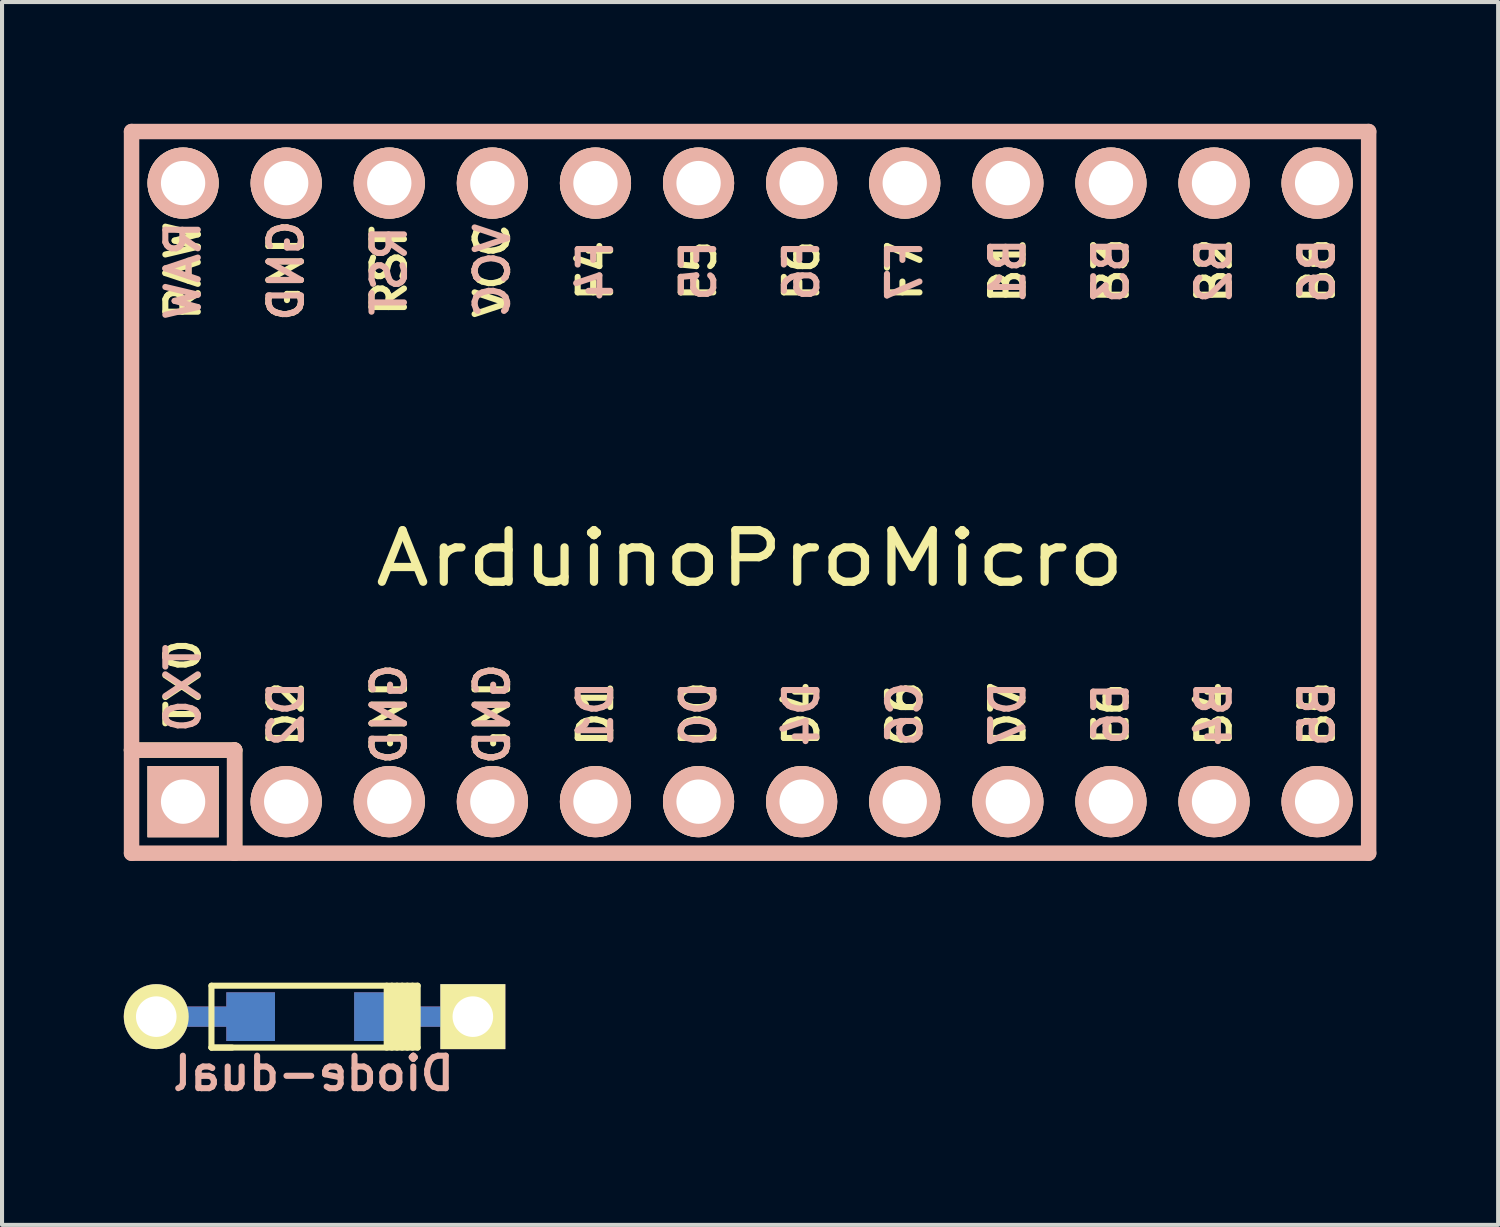
<source format=kicad_pcb>
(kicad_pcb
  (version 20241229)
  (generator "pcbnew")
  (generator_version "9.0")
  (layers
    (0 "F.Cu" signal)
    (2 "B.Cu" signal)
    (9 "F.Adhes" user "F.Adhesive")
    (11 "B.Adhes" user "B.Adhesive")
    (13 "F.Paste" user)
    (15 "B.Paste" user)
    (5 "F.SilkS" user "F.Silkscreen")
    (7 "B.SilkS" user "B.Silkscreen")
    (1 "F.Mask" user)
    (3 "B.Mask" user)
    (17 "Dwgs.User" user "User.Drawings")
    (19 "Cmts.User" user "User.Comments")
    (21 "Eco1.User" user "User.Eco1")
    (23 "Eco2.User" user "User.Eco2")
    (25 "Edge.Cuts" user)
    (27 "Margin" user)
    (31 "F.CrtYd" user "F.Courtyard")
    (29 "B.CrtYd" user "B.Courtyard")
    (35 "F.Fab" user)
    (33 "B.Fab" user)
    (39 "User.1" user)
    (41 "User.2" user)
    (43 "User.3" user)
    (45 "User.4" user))
  (footprint "ArduinoProMicro"
    (layer "F.Cu")
    (at 15.431 9.081)
    (property "Reference" "ArduinoProMicro" (at 0 1.625 0) (layer "F.SilkS") (effects (font (size 1.27 1.524) (thickness 0.203))))
    (attr through_hole)
    (fp_line (start -15.24 6.35) (end -12.7 6.35) (stroke (width 0.381) (type solid)) (layer "F.SilkS"))
    (fp_line (start -12.7 6.35) (end -12.7 8.89) (stroke (width 0.381) (type solid)) (layer "F.SilkS"))
    (fp_line (start -15.24 -8.89) (end -15.24 8.89) (stroke (width 0.381) (type solid)) (layer "B.SilkS"))
    (fp_line (start -15.24 6.35) (end -12.7 6.35) (stroke (width 0.381) (type solid)) (layer "B.SilkS"))
    (fp_line (start -15.24 8.89) (end 15.24 8.89) (stroke (width 0.381) (type solid)) (layer "B.SilkS"))
    (fp_line (start -12.7 6.35) (end -12.7 8.89) (stroke (width 0.381) (type solid)) (layer "B.SilkS"))
    (fp_line (start 15.24 -8.89) (end -15.24 -8.89) (stroke (width 0.381) (type solid)) (layer "B.SilkS"))
    (fp_line (start 15.24 8.89) (end 15.24 -8.89) (stroke (width 0.381) (type solid)) (layer "B.SilkS"))
    (fp_text user "B1" (at 6.35 -5.461 90) (layer "F.SilkS") (effects (font (size 0.8 0.8) (thickness 0.15))))
    (fp_text user "D7" (at 6.35 5.461 90) (layer "F.SilkS") (effects (font (size 0.8 0.8) (thickness 0.15))))
    (fp_text user "RAW" (at -13.97 -5.461 90) (layer "F.SilkS") (effects (font (size 0.8 0.8) (thickness 0.15))))
    (fp_text user "B2" (at 11.43 -5.461 90) (layer "F.SilkS") (effects (font (size 0.8 0.8) (thickness 0.15))))
    (fp_text user "F6" (at 1.27 -5.461 90) (layer "F.SilkS") (effects (font (size 0.8 0.8) (thickness 0.15))))
    (fp_text user "B6" (at 13.97 -5.461 90) (layer "F.SilkS") (effects (font (size 0.8 0.8) (thickness 0.15))))
    (fp_text user "F4" (at -3.81 -5.461 90) (layer "F.SilkS") (effects (font (size 0.8 0.8) (thickness 0.15))))
    (fp_text user "D1" (at -3.81 5.461 90) (layer "F.SilkS") (effects (font (size 0.8 0.8) (thickness 0.15))))
    (fp_text user "B5" (at 13.97 5.461 90) (layer "F.SilkS") (effects (font (size 0.8 0.8) (thickness 0.15))))
    (fp_text user "VCC" (at -6.35 -5.461 90) (layer "F.SilkS") (effects (font (size 0.8 0.8) (thickness 0.15))))
    (fp_text user "B3" (at 8.89 -5.461 90) (layer "F.SilkS") (effects (font (size 0.8 0.8) (thickness 0.15))))
    (fp_text user "GND" (at -11.43 -5.461 90) (layer "F.SilkS") (effects (font (size 0.8 0.8) (thickness 0.15))))
    (fp_text user "GND" (at -6.35 5.461 90) (layer "F.SilkS") (effects (font (size 0.8 0.8) (thickness 0.15))))
    (fp_text user "RST" (at -8.89 -5.461 90) (layer "F.SilkS") (effects (font (size 0.8 0.8) (thickness 0.15))))
    (fp_text user "TX0" (at -13.97 4.699 90) (layer "F.SilkS") (effects (font (size 0.8 0.8) (thickness 0.15))))
    (fp_text user "C6" (at 3.81 5.461 90) (layer "F.SilkS") (effects (font (size 0.8 0.8) (thickness 0.15))))
    (fp_text user "D2" (at -11.43 5.461 90) (layer "F.SilkS") (effects (font (size 0.8 0.8) (thickness 0.15))))
    (fp_text user "F5" (at -1.27 -5.461 90) (layer "F.SilkS") (effects (font (size 0.8 0.8) (thickness 0.15))))
    (fp_text user "D4" (at 1.27 5.461 90) (layer "F.SilkS") (effects (font (size 0.8 0.8) (thickness 0.15))))
    (fp_text user "B4" (at 11.43 5.461 90) (layer "F.SilkS") (effects (font (size 0.8 0.8) (thickness 0.15))))
    (fp_text user "E6" (at 8.89 5.461 90) (layer "F.SilkS") (effects (font (size 0.8 0.8) (thickness 0.15))))
    (fp_text user "GND" (at -8.89 5.461 90) (layer "F.SilkS") (effects (font (size 0.8 0.8) (thickness 0.15))))
    (fp_text user "F7" (at 3.81 -5.461 90) (layer "F.SilkS") (effects (font (size 0.8 0.8) (thickness 0.15))))
    (fp_text user "D0" (at -1.27 5.461 90) (layer "F.SilkS") (effects (font (size 0.8 0.8) (thickness 0.15))))
    (fp_text user "B5" (at 13.97 5.461 90) (layer "B.SilkS") (effects (font (size 0.8 0.8) (thickness 0.15)) (justify mirror)))
    (fp_text user "RAW" (at -13.97 -5.461 90) (layer "B.SilkS") (effects (font (size 0.8 0.8) (thickness 0.15)) (justify mirror)))
    (fp_text user "F5" (at -1.27 -5.461 90) (layer "B.SilkS") (effects (font (size 0.8 0.8) (thickness 0.15)) (justify mirror)))
    (fp_text user "B2" (at 11.43 -5.461 90) (layer "B.SilkS") (effects (font (size 0.8 0.8) (thickness 0.15)) (justify mirror)))
    (fp_text user "D1" (at -3.81 5.461 90) (layer "B.SilkS") (effects (font (size 0.8 0.8) (thickness 0.15)) (justify mirror)))
    (fp_text user "B1" (at 6.35 -5.461 90) (layer "B.SilkS") (effects (font (size 0.8 0.8) (thickness 0.15)) (justify mirror)))
    (fp_text user "TX0" (at -13.97 4.826 90) (layer "B.SilkS") (effects (font (size 0.8 0.8) (thickness 0.15)) (justify mirror)))
    (fp_text user "D7" (at 6.35 5.461 90) (layer "B.SilkS") (effects (font (size 0.8 0.8) (thickness 0.15)) (justify mirror)))
    (fp_text user "C6" (at 3.81 5.461 90) (layer "B.SilkS") (effects (font (size 0.8 0.8) (thickness 0.15)) (justify mirror)))
    (fp_text user "RST" (at -8.89 -5.461 90) (layer "B.SilkS") (effects (font (size 0.8 0.8) (thickness 0.15)) (justify mirror)))
    (fp_text user "VCC" (at -6.35 -5.461 90) (layer "B.SilkS") (effects (font (size 0.8 0.8) (thickness 0.15)) (justify mirror)))
    (fp_text user "E6" (at 8.89 5.461 90) (layer "B.SilkS") (effects (font (size 0.8 0.8) (thickness 0.15)) (justify mirror)))
    (fp_text user "F7" (at 3.81 -5.461 90) (layer "B.SilkS") (effects (font (size 0.8 0.8) (thickness 0.15)) (justify mirror)))
    (fp_text user "B6" (at 13.97 -5.461 90) (layer "B.SilkS") (effects (font (size 0.8 0.8) (thickness 0.15)) (justify mirror)))
    (fp_text user "B4" (at 11.43 5.461 90) (layer "B.SilkS") (effects (font (size 0.8 0.8) (thickness 0.15)) (justify mirror)))
    (fp_text user "F4" (at -3.81 -5.461 90) (layer "B.SilkS") (effects (font (size 0.8 0.8) (thickness 0.15)) (justify mirror)))
    (fp_text user "GND" (at -8.89 5.461 90) (layer "B.SilkS") (effects (font (size 0.8 0.8) (thickness 0.15)) (justify mirror)))
    (fp_text user "F6" (at 1.27 -5.461 90) (layer "B.SilkS") (effects (font (size 0.8 0.8) (thickness 0.15)) (justify mirror)))
    (fp_text user "B3" (at 8.89 -5.461 90) (layer "B.SilkS") (effects (font (size 0.8 0.8) (thickness 0.15)) (justify mirror)))
    (fp_text user "GND" (at -6.35 5.461 90) (layer "B.SilkS") (effects (font (size 0.8 0.8) (thickness 0.15)) (justify mirror)))
    (fp_text user "GND" (at -11.43 -5.461 90) (layer "B.SilkS") (effects (font (size 0.8 0.8) (thickness 0.15)) (justify mirror)))
    (fp_text user "D0" (at -1.27 5.461 90) (layer "B.SilkS") (effects (font (size 0.8 0.8) (thickness 0.15)) (justify mirror)))
    (fp_text user "D4" (at 1.27 5.461 90) (layer "B.SilkS") (effects (font (size 0.8 0.8) (thickness 0.15)) (justify mirror)))
    (fp_text user "D2" (at -11.43 5.461 90) (layer "B.SilkS") (effects (font (size 0.8 0.8) (thickness 0.15)) (justify mirror)))
    (pad "1" thru_hole rect (at -13.97 7.62) (size 1.753 1.753) (drill 1.092) (layers "*.Cu" "*.SilkS" "*.Mask"))
    (pad "2" thru_hole circle (at -11.43 7.62) (size 1.753 1.753) (drill 1.092) (layers "*.Cu" "*.SilkS" "*.Mask"))
    (pad "3" thru_hole circle (at -8.89 7.62) (size 1.753 1.753) (drill 1.092) (layers "*.Cu" "*.SilkS" "*.Mask"))
    (pad "4" thru_hole circle (at -6.35 7.62) (size 1.753 1.753) (drill 1.092) (layers "*.Cu" "*.SilkS" "*.Mask"))
    (pad "5" thru_hole circle (at -3.81 7.62) (size 1.753 1.753) (drill 1.092) (layers "*.Cu" "*.SilkS" "*.Mask"))
    (pad "6" thru_hole circle (at -1.27 7.62) (size 1.753 1.753) (drill 1.092) (layers "*.Cu" "*.SilkS" "*.Mask"))
    (pad "7" thru_hole circle (at 1.27 7.62) (size 1.753 1.753) (drill 1.092) (layers "*.Cu" "*.SilkS" "*.Mask"))
    (pad "8" thru_hole circle (at 3.81 7.62) (size 1.753 1.753) (drill 1.092) (layers "*.Cu" "*.SilkS" "*.Mask"))
    (pad "9" thru_hole circle (at 6.35 7.62) (size 1.753 1.753) (drill 1.092) (layers "*.Cu" "*.SilkS" "*.Mask"))
    (pad "10" thru_hole circle (at 8.89 7.62) (size 1.753 1.753) (drill 1.092) (layers "*.Cu" "*.SilkS" "*.Mask"))
    (pad "11" thru_hole circle (at 11.43 7.62) (size 1.753 1.753) (drill 1.092) (layers "*.Cu" "*.SilkS" "*.Mask"))
    (pad "12" thru_hole circle (at 13.97 7.62) (size 1.753 1.753) (drill 1.092) (layers "*.Cu" "*.SilkS" "*.Mask"))
    (pad "13" thru_hole circle (at 13.97 -7.62) (size 1.753 1.753) (drill 1.092) (layers "*.Cu" "*.SilkS" "*.Mask"))
    (pad "14" thru_hole circle (at 11.43 -7.62) (size 1.753 1.753) (drill 1.092) (layers "*.Cu" "*.SilkS" "*.Mask"))
    (pad "15" thru_hole circle (at 8.89 -7.62) (size 1.753 1.753) (drill 1.092) (layers "*.Cu" "*.SilkS" "*.Mask"))
    (pad "16" thru_hole circle (at 6.35 -7.62) (size 1.753 1.753) (drill 1.092) (layers "*.Cu" "*.SilkS" "*.Mask"))
    (pad "17" thru_hole circle (at 3.81 -7.62) (size 1.753 1.753) (drill 1.092) (layers "*.Cu" "*.SilkS" "*.Mask"))
    (pad "18" thru_hole circle (at 1.27 -7.62) (size 1.753 1.753) (drill 1.092) (layers "*.Cu" "*.SilkS" "*.Mask"))
    (pad "19" thru_hole circle (at -1.27 -7.62) (size 1.753 1.753) (drill 1.092) (layers "*.Cu" "*.SilkS" "*.Mask"))
    (pad "20" thru_hole circle (at -3.81 -7.62) (size 1.753 1.753) (drill 1.092) (layers "*.Cu" "*.SilkS" "*.Mask"))
    (pad "21" thru_hole circle (at -6.35 -7.62) (size 1.753 1.753) (drill 1.092) (layers "*.Cu" "*.SilkS" "*.Mask"))
    (pad "22" thru_hole circle (at -8.89 -7.62) (size 1.753 1.753) (drill 1.092) (layers "*.Cu" "*.SilkS" "*.Mask"))
    (pad "23" thru_hole circle (at -11.43 -7.62) (size 1.753 1.753) (drill 1.092) (layers "*.Cu" "*.SilkS" "*.Mask"))
    (pad "24" thru_hole circle (at -13.97 -7.62) (size 1.753 1.753) (drill 1.092) (layers "*.Cu" "*.SilkS" "*.Mask")))
  (footprint "Diode-dual"
    (layer "F.Cu")
    (at 4.7 21.998)
    (property "Reference" "Diode-dual" (at -0.025 1.4 0) (layer "B.SilkS") (effects (font (size 0.8 0.8) (thickness 0.15)) (justify mirror)))
    (attr smd)
    (fp_line (start -2.54 0.762) (end -2.032 0.762) (stroke (width 0.15) (type solid)) (layer "F.SilkS"))
    (fp_line (start -2.54 0.762) (end 2.54 0.762) (stroke (width 0.15) (type solid)) (layer "F.SilkS"))
    (fp_line (start -2.54 -0.762) (end -2.54 0.762) (stroke (width 0.15) (type solid)) (layer "F.SilkS"))
    (fp_line (start 1.778 0.762) (end 1.778 -0.762) (stroke (width 0.15) (type solid)) (layer "F.SilkS"))
    (fp_line (start 1.905 0.762) (end 1.905 -0.762) (stroke (width 0.15) (type solid)) (layer "F.SilkS"))
    (fp_line (start 2.032 -0.762) (end 2.032 0.762) (stroke (width 0.15) (type solid)) (layer "F.SilkS"))
    (fp_line (start 2.159 0.762) (end 2.159 -0.762) (stroke (width 0.15) (type solid)) (layer "F.SilkS"))
    (fp_line (start 2.286 -0.762) (end 2.286 0.762) (stroke (width 0.15) (type solid)) (layer "F.SilkS"))
    (fp_line (start 2.413 0.762) (end 2.413 -0.762) (stroke (width 0.15) (type solid)) (layer "F.SilkS"))
    (fp_line (start 2.54 0.762) (end 2.54 -0.762) (stroke (width 0.15) (type solid)) (layer "F.SilkS"))
    (fp_line (start 2.54 -0.762) (end -2.54 -0.762) (stroke (width 0.15) (type solid)) (layer "F.SilkS"))
    (pad "1" smd rect (at 1.575 0) (size 1.2 1.2) (layers "F.Cu" "F.Mask" "F.Paste"))
    (pad "1" smd rect (at 1.575 0) (size 1.2 1.2) (layers "B.Cu" "B.Mask" "B.Paste"))
    (pad "1" smd rect (at 2.7 0) (size 2.5 0.5) (layers "F.Cu"))
    (pad "1" smd rect (at 2.7 0) (size 2.5 0.5) (layers "B.Cu"))
    (pad "1" thru_hole rect (at 3.9 0) (size 1.6 1.6) (drill 1) (layers "*.Cu" "*.Mask" "F.SilkS"))
    (pad "2" thru_hole circle (at -3.9 0) (size 1.6 1.6) (drill 1) (layers "*.Cu" "*.Mask" "F.SilkS"))
    (pad "2" smd rect (at -2.7 0) (size 2.5 0.5) (layers "F.Cu"))
    (pad "2" smd rect (at -2.7 0) (size 2.5 0.5) (layers "B.Cu"))
    (pad "2" smd rect (at -1.575 0) (size 1.2 1.2) (layers "F.Cu" "F.Mask" "F.Paste"))
    (pad "2" smd rect (at -1.575 0) (size 1.2 1.2) (layers "B.Cu" "B.Mask" "B.Paste")))
  (gr_rect
    (start -3 -3)
    (end 33.861 27.129)
    (stroke (width 0.1) (type default))
    (fill no)
    (layer "Edge.Cuts")))
</source>
